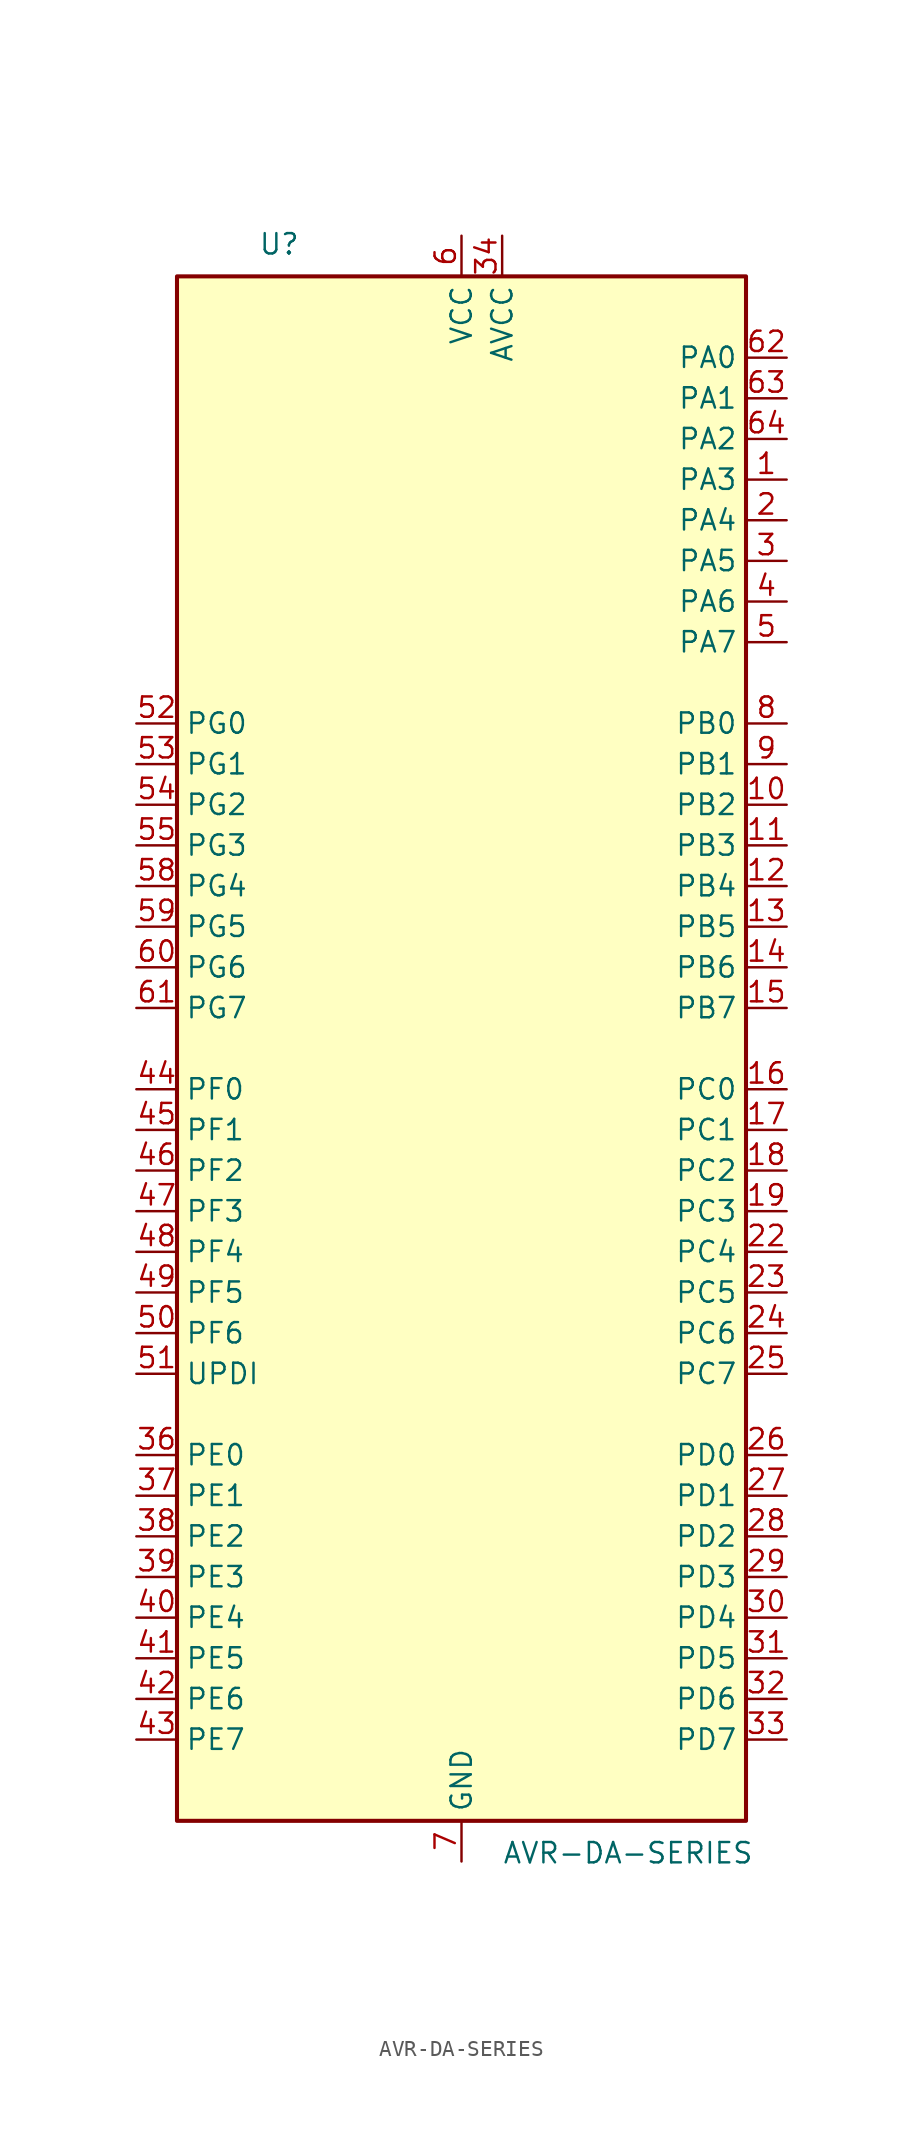
<source format=kicad_sym>
(kicad_symbol_lib
  (version 20211014)
  (generator kicad_symbol_editor)
  (symbol "AVR-DA-SERIES"
    (property "Reference" "U"
      (at -12.7 49.53 0)
      (effects (font (size 1.27 1.27)) (justify left bottom)))
    (property "Value" "AVR-DA-SERIES"
      (at 2.54 -49.53 0)
      (effects (font (size 1.27 1.27)) (justify left top)))
    (symbol "AVR-DA-SERIES_0_1"
      (rectangle (start -17.78 -48.26) (end 17.78 48.26) (stroke (width 0.254) (type default) (color 0 0 0 0)) (fill (type background))))
    (symbol "AVR-DA-SERIES_1_1"
      (pin bidirectional line (at 20.32 35.56 180) (length 2.54) (name "PA3" (effects (font (size 1.27 1.27)))) (number "1" (effects (font (size 1.27 1.27)))) (alternate "LUT0-OUT" output line) (alternate "TCA0-WO3" output line) (alternate "TCB1-WO" output line) (alternate "TWI0-SCL(MS)" bidirectional line) (alternate "USART0-XDIR" output line))
      (pin bidirectional line (at 20.32 15.24 180) (length 2.54) (name "PB2" (effects (font (size 1.27 1.27)))) (number "10" (effects (font (size 1.27 1.27)))) (alternate "EVOUTB" output line) (alternate "LUT4-IN2" input line) (alternate "TCA0-WO2(1)" output line) (alternate "TCA1-WO2" output line) (alternate "TWI1-SDA(MS)(0,2)" bidirectional line) (alternate "USART3-XCK" bidirectional line))
      (pin bidirectional line (at 20.32 12.7 180) (length 2.54) (name "PB3" (effects (font (size 1.27 1.27)))) (number "11" (effects (font (size 1.27 1.27)))) (alternate "LUT4-OUT" output line) (alternate "TCA0-WO3(1)" output line) (alternate "TCA1-WO3" output line) (alternate "USART1-SCL(MS)(0,2)" bidirectional line) (alternate "USART3-XDIR" output line))
      (pin bidirectional line (at 20.32 10.16 180) (length 2.54) (name "PB4" (effects (font (size 1.27 1.27)))) (number "12" (effects (font (size 1.27 1.27)))) (alternate "SPI1-MOSI(2)" bidirectional line) (alternate "TCA0-WO4(1)" output line) (alternate "TCA1-WO4" output line) (alternate "TCB2-WO(1)" output line) (alternate "TCD0-WOA(1)" output line) (alternate "USART3-TXD(1)" bidirectional line))
      (pin bidirectional line (at 20.32 7.62 180) (length 2.54) (name "PB5" (effects (font (size 1.27 1.27)))) (number "13" (effects (font (size 1.27 1.27)))) (alternate "SPI1-MISO(2)" bidirectional line) (alternate "TCA0-WO5(1)" output line) (alternate "TCA1-WO5" output line) (alternate "TCB3-WO" output line) (alternate "TCD0-WOB(1)" output line) (alternate "USART3-RXD(1)" input line))
      (pin bidirectional line (at 20.32 5.08 180) (length 2.54) (name "PB6" (effects (font (size 1.27 1.27)))) (number "14" (effects (font (size 1.27 1.27)))) (alternate "LUT4-OUT(1)" output line) (alternate "SPI1-SCK(2)" bidirectional line) (alternate "TCD0-WOC(1)" output line) (alternate "TWI1-SDA(S)(1,2)" input line) (alternate "USART3-XCK(1)" bidirectional line))
      (pin bidirectional line (at 20.32 2.54 180) (length 2.54) (name "PB7" (effects (font (size 1.27 1.27)))) (number "15" (effects (font (size 1.27 1.27)))) (alternate "EVOUTB(1)" output line) (alternate "SPI1-~{SS}(2)" bidirectional line) (alternate "TCD0-WOD(1)" output line) (alternate "TWI1-SCL(S)(1,2)" input line) (alternate "USART3-XDIR(1)" output line))
      (pin bidirectional line (at 20.32 -2.54 180) (length 2.54) (name "PC0" (effects (font (size 1.27 1.27)))) (number "16" (effects (font (size 1.27 1.27)))) (alternate "LUT1-IN0" input line) (alternate "SPI1-MOSI" bidirectional line) (alternate "TCA0-WO0(2)" output line) (alternate "TCB2-WO" output line) (alternate "USART1-TXD" bidirectional line))
      (pin bidirectional line (at 20.32 -5.08 180) (length 2.54) (name "PC1" (effects (font (size 1.27 1.27)))) (number "17" (effects (font (size 1.27 1.27)))) (alternate "LUT1-IN1" input line) (alternate "SPI1-MISO" bidirectional line) (alternate "TCA0-WO1(2)" output line) (alternate "TCB3-WO(1)" output line) (alternate "USART1-RXD" input line))
      (pin bidirectional line (at 20.32 -7.62 180) (length 2.54) (name "PC2" (effects (font (size 1.27 1.27)))) (number "18" (effects (font (size 1.27 1.27)))) (alternate "EVOUTC" output line) (alternate "LUT1-IN2" input line) (alternate "SPI1-SCK" bidirectional line) (alternate "TCA-WO2(2)" output line) (alternate "TWI0-SDA(MS+)(0,2)" bidirectional line) (alternate "USART1-XCK" bidirectional line))
      (pin bidirectional line (at 20.32 -10.16 180) (length 2.54) (name "PC3" (effects (font (size 1.27 1.27)))) (number "19" (effects (font (size 1.27 1.27)))) (alternate "LUT1-OUT" output line) (alternate "SPI1-~{SS}" bidirectional line) (alternate "TCA0-WO3(2)" output line) (alternate "TWI0-SCL(MS)(0,2" bidirectional line) (alternate "USART1-XDIR" output line))
      (pin bidirectional line (at 20.32 33.02 180) (length 2.54) (name "PA4" (effects (font (size 1.27 1.27)))) (number "2" (effects (font (size 1.27 1.27)))) (alternate "SPI0-MOSI" bidirectional line) (alternate "TCA0-WO4" output line) (alternate "TCD0-WOA" output line) (alternate "USART0-TXD(1)" bidirectional line))
      (pin power_in line (at 0 50.8 270) (length 2.54) hide (name "VCC" (effects (font (size 1.27 1.27)))) (number "20" (effects (font (size 1.27 1.27)))))
      (pin power_in line (at 0 -50.8 90) (length 2.54) hide (name "GND" (effects (font (size 1.27 1.27)))) (number "21" (effects (font (size 1.27 1.27)))))
      (pin bidirectional line (at 20.32 -12.7 180) (length 2.54) (name "PC4" (effects (font (size 1.27 1.27)))) (number "22" (effects (font (size 1.27 1.27)))) (alternate "SPI1-MOSI(1)" bidirectional line) (alternate "TCA0-WO4(2)" output line) (alternate "TCA1-WO0(1)" output line) (alternate "USART1-TXD(1)" bidirectional line))
      (pin bidirectional line (at 20.32 -15.24 180) (length 2.54) (name "PC5" (effects (font (size 1.27 1.27)))) (number "23" (effects (font (size 1.27 1.27)))) (alternate "SPI1-MISO(1)" bidirectional line) (alternate "TCA0-WO5(2)" output line) (alternate "TCA1-WO1(1)" output line) (alternate "USART1-RXD(1)" input line))
      (pin bidirectional line (at 20.32 -17.78 180) (length 2.54) (name "PC6" (effects (font (size 1.27 1.27)))) (number "24" (effects (font (size 1.27 1.27)))) (alternate "AC0-OUT(1)" output line) (alternate "AC1-OUT(1)" output line) (alternate "AC2-OUT(1)" output line) (alternate "LUT1-OUT(1)" output line) (alternate "SPI1-SCK(1)" bidirectional line) (alternate "TCA-WO2(2)" output line) (alternate "TWI0-SDA(S)(1,2)" bidirectional line) (alternate "USART1-XCK(1)" bidirectional line))
      (pin bidirectional line (at 20.32 -20.32 180) (length 2.54) (name "PC7" (effects (font (size 1.27 1.27)))) (number "25" (effects (font (size 1.27 1.27)))) (alternate "EVOUTC(1)" output line) (alternate "SPI1-~{SS}(1)" bidirectional line) (alternate "TWI0-SCL(S)(1,2)" bidirectional line) (alternate "USART1-XDIR(1)" output line) (alternate "ZCD0-OUT(1)" output line) (alternate "ZCD1-OUT(1)" output line) (alternate "ZCD2-OUT(1)" output line))
      (pin bidirectional line (at 20.32 -25.4 180) (length 2.54) (name "PD0" (effects (font (size 1.27 1.27)))) (number "26" (effects (font (size 1.27 1.27)))) (alternate "AC0-AINN1" input line) (alternate "AC1-AINN1" input line) (alternate "AC2-AINN1" input line) (alternate "ADC0-AIN0" input line) (alternate "LUT2-IN0" input line) (alternate "TC0-WO0(3)" output line))
      (pin bidirectional line (at 20.32 -27.94 180) (length 2.54) (name "PD1" (effects (font (size 1.27 1.27)))) (number "27" (effects (font (size 1.27 1.27)))) (alternate "ADC0-AIN1" input line) (alternate "LUT2-IN1" input line) (alternate "OP0-INP" input line) (alternate "TCA0-WO1(3)" output line) (alternate "ZCD0-ZCIN" input line))
      (pin bidirectional line (at 20.32 -30.48 180) (length 2.54) (name "PD2" (effects (font (size 1.27 1.27)))) (number "28" (effects (font (size 1.27 1.27)))) (alternate "AC0-AINP0" input line) (alternate "AC1-AINP0" input line) (alternate "AC2-AINP0" input line) (alternate "ADC0-AIN2" input line) (alternate "EVOUTD" output line) (alternate "LUT2-IN2" input line) (alternate "OP0-OUT" output line) (alternate "TCA0-WO2(3)" output line))
      (pin bidirectional line (at 20.32 -33.02 180) (length 2.54) (name "PD3" (effects (font (size 1.27 1.27)))) (number "29" (effects (font (size 1.27 1.27)))) (alternate "AC0-AINN0" input line) (alternate "AC1-AINP1" input line) (alternate "ADC0-AIN3" input line) (alternate "LUT2-OUT" output line) (alternate "OP0-INN" input line) (alternate "TCA0-WO3(3)" output line))
      (pin bidirectional line (at 20.32 30.48 180) (length 2.54) (name "PA5" (effects (font (size 1.27 1.27)))) (number "3" (effects (font (size 1.27 1.27)))) (alternate "SPI0-MISO" bidirectional line) (alternate "TCA0-WO5" output line) (alternate "TCD0-WOB" output line) (alternate "USART0-RXD(1)" input line))
      (pin bidirectional line (at 20.32 -35.56 180) (length 2.54) (name "PD4" (effects (font (size 1.27 1.27)))) (number "30" (effects (font (size 1.27 1.27)))) (alternate "AC1-AINP2" input line) (alternate "AC2-AINP1" input line) (alternate "ADC0-AIN4" input line) (alternate "OP1-INP" input line) (alternate "TCA0-WO4(3)" output line))
      (pin bidirectional line (at 20.32 -38.1 180) (length 2.54) (name "PD5" (effects (font (size 1.27 1.27)))) (number "31" (effects (font (size 1.27 1.27)))) (alternate "AC1-AINN0" input line) (alternate "ADC0-AIN5" input line) (alternate "OP1-OUT" output line) (alternate "TCA0-WO5(3)" output line))
      (pin bidirectional line (at 20.32 -40.64 180) (length 2.54) (name "PD6" (effects (font (size 1.27 1.27)))) (number "32" (effects (font (size 1.27 1.27)))) (alternate "AC0-AINP3" input line) (alternate "AC1-AINP3" input line) (alternate "AC2-AINP3" input line) (alternate "ADC0-AIN6" input line) (alternate "DAC0-OUT" output line) (alternate "LUT2-OUT(1)" output line))
      (pin bidirectional line (at 20.32 -43.18 180) (length 2.54) (name "PD7" (effects (font (size 1.27 1.27)))) (number "33" (effects (font (size 1.27 1.27)))) (alternate "AC0-AINN2" input line) (alternate "AC1-AINN2" input line) (alternate "AC2-AINN0/2" input line) (alternate "ADC0-AIN7" input line) (alternate "EVOUTD(1)" output line) (alternate "OP1-INN" input line) (alternate "VREFA" input line))
      (pin power_in line (at 2.54 50.8 270) (length 2.54) (name "AVCC" (effects (font (size 1.27 1.27)))) (number "34" (effects (font (size 1.27 1.27)))))
      (pin power_in line (at 0 -50.8 90) (length 2.54) hide (name "GND" (effects (font (size 1.27 1.27)))) (number "35" (effects (font (size 1.27 1.27)))))
      (pin bidirectional line (at -20.32 -25.4 0) (length 2.54) (name "PE0" (effects (font (size 1.27 1.27)))) (number "36" (effects (font (size 1.27 1.27)))) (alternate "AC0-AINP1" input line) (alternate "ADC0-AIN8" input line) (alternate "SPI0-MOSI(1)" bidirectional line) (alternate "TCA0-WO0(4)" output line) (alternate "USART4-TXD" output line))
      (pin bidirectional line (at -20.32 -27.94 0) (length 2.54) (name "PE1" (effects (font (size 1.27 1.27)))) (number "37" (effects (font (size 1.27 1.27)))) (alternate "AC2-AINP2" input line) (alternate "ADC-AIN9" input line) (alternate "OP2-INP" input line) (alternate "SPI0-MISO(1)" bidirectional line) (alternate "TCA0-WO1(4)" output line) (alternate "USART4-RXD" input line))
      (pin bidirectional line (at -20.32 -30.48 0) (length 2.54) (name "PE2" (effects (font (size 1.27 1.27)))) (number "38" (effects (font (size 1.27 1.27)))) (alternate "AC0-AINP2" input line) (alternate "ADC0-AIN10" input line) (alternate "EVOUTE" output line) (alternate "OP2-OUT" output line) (alternate "SPI0-SCK(1)" bidirectional line) (alternate "TCA0-WO2(4)" output line) (alternate "USART4-XCK" bidirectional line))
      (pin bidirectional line (at -20.32 -33.02 0) (length 2.54) (name "PE3" (effects (font (size 1.27 1.27)))) (number "39" (effects (font (size 1.27 1.27)))) (alternate "ADC0-AIN11" input line) (alternate "OP2-INN" input line) (alternate "SPI0-~{SS}(1)" bidirectional line) (alternate "TCA0-WO3(4)" output line) (alternate "USART4-XDIR" output line) (alternate "ZCD1-ZCIN" input line))
      (pin bidirectional line (at 20.32 27.94 180) (length 2.54) (name "PA6" (effects (font (size 1.27 1.27)))) (number "4" (effects (font (size 1.27 1.27)))) (alternate "LUT0-OUT(1)" output line) (alternate "SPI0-SCK" bidirectional line) (alternate "TCD0-WOC" output line) (alternate "USART0-XCK(1)" bidirectional line))
      (pin bidirectional line (at -20.32 -35.56 0) (length 2.54) (name "PE4" (effects (font (size 1.27 1.27)))) (number "40" (effects (font (size 1.27 1.27)))) (alternate "ADC0-AIN12" input line) (alternate "TCA0-WO4(4)" output line) (alternate "TCA1-WO0(2)" output line) (alternate "USART4-TXD(1)" bidirectional line))
      (pin bidirectional line (at -20.32 -38.1 0) (length 2.54) (name "PE5" (effects (font (size 1.27 1.27)))) (number "41" (effects (font (size 1.27 1.27)))) (alternate "ADC0-AIN13" input line) (alternate "TCA0-WO5(4)" output line) (alternate "TCA1-WO1(2)" output line) (alternate "USART4-RXD(1)" input line))
      (pin bidirectional line (at -20.32 -40.64 0) (length 2.54) (name "PE6" (effects (font (size 1.27 1.27)))) (number "42" (effects (font (size 1.27 1.27)))) (alternate "ADC0-AIN14" input line) (alternate "TCA1-WO2(2)" output line) (alternate "USART4-XCK(1)" bidirectional line))
      (pin bidirectional line (at -20.32 -43.18 0) (length 2.54) (name "PE7" (effects (font (size 1.27 1.27)))) (number "43" (effects (font (size 1.27 1.27)))) (alternate "ADC0-AIN15" input line) (alternate "EVOUTE(1)" output line) (alternate "USART4-XDIR(1)" output line) (alternate "ZCD2-ZCIN" input line))
      (pin bidirectional line (at -20.32 -2.54 0) (length 2.54) (name "PF0" (effects (font (size 1.27 1.27)))) (number "44" (effects (font (size 1.27 1.27)))) (alternate "ADC0-AIN16(P)" input line) (alternate "LUT3-IN0" input line) (alternate "TCA0-WO0(5)" output line) (alternate "TCD0-WOA(2)" output line) (alternate "USART2-TXD" bidirectional line) (alternate "XTAL32K1" passive line))
      (pin bidirectional line (at -20.32 -5.08 0) (length 2.54) (name "PF1" (effects (font (size 1.27 1.27)))) (number "45" (effects (font (size 1.27 1.27)))) (alternate "ADC0-AIN17(P)" input line) (alternate "LUT3-IN1" input line) (alternate "TCA0-WO1(5)" output line) (alternate "TCD0-WOB(2)" output line) (alternate "USART2-RXD" input line) (alternate "XTAL32K2" passive line))
      (pin bidirectional line (at -20.32 -7.62 0) (length 2.54) (name "PF2" (effects (font (size 1.27 1.27)))) (number "46" (effects (font (size 1.27 1.27)))) (alternate "ADC0-AIN18(P)" input line) (alternate "EVOUTF" output line) (alternate "LUT3-IN2" input line) (alternate "TCA0-WO2(5)" output line) (alternate "TCD0-WOC(2)" output line) (alternate "TWI1-SDA(MS+)" bidirectional line) (alternate "USART2-XCK" bidirectional line))
      (pin bidirectional line (at -20.32 -10.16 0) (length 2.54) (name "PF3" (effects (font (size 1.27 1.27)))) (number "47" (effects (font (size 1.27 1.27)))) (alternate "ADC0-AIN19(P)" input line) (alternate "LUT3-OUT" output line) (alternate "TCA0-WO3(5)" output line) (alternate "TCD0-WOD(2)" output line) (alternate "TWI1-SCL(MS+)" bidirectional line) (alternate "USART2-XDIR" output line))
      (pin bidirectional line (at -20.32 -12.7 0) (length 2.54) (name "PF4" (effects (font (size 1.27 1.27)))) (number "48" (effects (font (size 1.27 1.27)))) (alternate "ADC0-AIN20(P)" input line) (alternate "TCA0-WO4(5)" output line) (alternate "TCB0-WO(1)" output line) (alternate "USART2-TXD(1)" output line))
      (pin bidirectional line (at -20.32 -15.24 0) (length 2.54) (name "PF5" (effects (font (size 1.27 1.27)))) (number "49" (effects (font (size 1.27 1.27)))) (alternate "ADC0-AIN21(P)" input line) (alternate "TCA0-WO5(5)" output line) (alternate "TCB1-WO(1)" output line) (alternate "USART2-RXD(1)" input line))
      (pin bidirectional line (at 20.32 25.4 180) (length 2.54) (name "PA7" (effects (font (size 1.27 1.27)))) (number "5" (effects (font (size 1.27 1.27)))) (alternate "AC0-OUT" output line) (alternate "AC1-OUT" output line) (alternate "AC2-OUT" output line) (alternate "CLKOUT" output line) (alternate "EVOUTA(1)" output line) (alternate "SPI0-~{SS}" bidirectional line) (alternate "TCD0-WOD" output line) (alternate "USART0-XDIR(1)" output line) (alternate "ZCD0-OUT" output line) (alternate "ZCD1-OUT" output line) (alternate "ZDC2-OUT" output line))
      (pin input line (at -20.32 -17.78 0) (length 2.54) (name "PF6" (effects (font (size 1.27 1.27)))) (number "50" (effects (font (size 1.27 1.27)))) (alternate "~{RESET}" input line))
      (pin bidirectional line (at -20.32 -20.32 0) (length 2.54) (name "UPDI" (effects (font (size 1.27 1.27)))) (number "51" (effects (font (size 1.27 1.27)))))
      (pin bidirectional line (at -20.32 20.32 0) (length 2.54) (name "PG0" (effects (font (size 1.27 1.27)))) (number "52" (effects (font (size 1.27 1.27)))) (alternate "LUT5-IN0" input line) (alternate "TCA0-WO0(6)" output line) (alternate "TCA1-WO0(3)" output line) (alternate "USART5-TXD" bidirectional line))
      (pin bidirectional line (at -20.32 17.78 0) (length 2.54) (name "PG1" (effects (font (size 1.27 1.27)))) (number "53" (effects (font (size 1.27 1.27)))) (alternate "LUT5-IN1" input line) (alternate "TCA0-WO1(6)" output line) (alternate "TCA1-WO1(3)" output line) (alternate "USART5-RXD" input line))
      (pin bidirectional line (at -20.32 15.24 0) (length 2.54) (name "PG2" (effects (font (size 1.27 1.27)))) (number "54" (effects (font (size 1.27 1.27)))) (alternate "EVOUTG" output line) (alternate "LUT5-IN2" input line) (alternate "TCA0-WO2(6)" output line) (alternate "TCA1-WO2(3)" output line) (alternate "USART5-XCK" bidirectional line))
      (pin bidirectional line (at -20.32 12.7 0) (length 2.54) (name "PG3" (effects (font (size 1.27 1.27)))) (number "55" (effects (font (size 1.27 1.27)))) (alternate "LUT5-OUT" output line) (alternate "TCA0-WO3(6)" output line) (alternate "TCA1-WO3(3)" output line) (alternate "TCB4-WO" output line) (alternate "USART5-XDIR" output line))
      (pin power_in line (at 0 50.8 270) (length 2.54) hide (name "VCC" (effects (font (size 1.27 1.27)))) (number "56" (effects (font (size 1.27 1.27)))))
      (pin power_in line (at 0 -50.8 90) (length 2.54) hide (name "GND" (effects (font (size 1.27 1.27)))) (number "57" (effects (font (size 1.27 1.27)))))
      (pin bidirectional line (at -20.32 10.16 0) (length 2.54) (name "PG4" (effects (font (size 1.27 1.27)))) (number "58" (effects (font (size 1.27 1.27)))) (alternate "SPI0-MOSI(2)" bidirectional line) (alternate "TCA0-WO4(6)" output line) (alternate "TCA1-WO4(3)" output line) (alternate "TCD0-WOB(3)" output line) (alternate "USART5-TXD(1)" bidirectional line))
      (pin bidirectional line (at -20.32 7.62 0) (length 2.54) (name "PG5" (effects (font (size 1.27 1.27)))) (number "59" (effects (font (size 1.27 1.27)))) (alternate "SPI0-MISO(2)" bidirectional line) (alternate "TCA0-WO5(6)" output line) (alternate "TCA1-WO5(3)" output line) (alternate "TCD0-WOB(3)" output line) (alternate "USART5-RXD(1)" input line))
      (pin power_in line (at 0 50.8 270) (length 2.54) (name "VCC" (effects (font (size 1.27 1.27)))) (number "6" (effects (font (size 1.27 1.27)))))
      (pin bidirectional line (at -20.32 5.08 0) (length 2.54) (name "PG6" (effects (font (size 1.27 1.27)))) (number "60" (effects (font (size 1.27 1.27)))) (alternate "LUT5-OUT(1)" output line) (alternate "SPI0-SCK(2)" bidirectional line) (alternate "TCD0-WOC(3)" output line) (alternate "USART5-XCK(1)" bidirectional line))
      (pin bidirectional line (at -20.32 2.54 0) (length 2.54) (name "PG7" (effects (font (size 1.27 1.27)))) (number "61" (effects (font (size 1.27 1.27)))) (alternate "EVOUTG(1)" output line) (alternate "SPI0-~{SS}(2)" bidirectional line) (alternate "TCD-WOD(3)" output line) (alternate "USART5-XDIR(1)" output line))
      (pin bidirectional line (at 20.32 43.18 180) (length 2.54) (name "PA0" (effects (font (size 1.27 1.27)))) (number "62" (effects (font (size 1.27 1.27)))) (alternate "EXTCLK" input clock) (alternate "LUT0-IN0" input line) (alternate "TCA0-WO0" output line) (alternate "USART0-TXD" bidirectional line) (alternate "XTALHF1" passive line))
      (pin bidirectional line (at 20.32 40.64 180) (length 2.54) (name "PA1" (effects (font (size 1.27 1.27)))) (number "63" (effects (font (size 1.27 1.27)))) (alternate "LUT0-IN1" input line) (alternate "TCA0-WO1" output line) (alternate "USART0-RXD" input line) (alternate "XTALHF2" passive clock))
      (pin bidirectional line (at 20.32 38.1 180) (length 2.54) (name "PA2" (effects (font (size 1.27 1.27)))) (number "64" (effects (font (size 1.27 1.27)))) (alternate "EVOUTA" output line) (alternate "LUT0-IN2" input line) (alternate "TCA0-WO2" output line) (alternate "TCB0-WO" output line) (alternate "TWI0-SDA(MS)" bidirectional line) (alternate "USART0-XCK" bidirectional line))
      (pin power_in line (at 0 -50.8 90) (length 2.54) (name "GND" (effects (font (size 1.27 1.27)))) (number "7" (effects (font (size 1.27 1.27)))))
      (pin bidirectional line (at 20.32 20.32 180) (length 2.54) (name "PB0" (effects (font (size 1.27 1.27)))) (number "8" (effects (font (size 1.27 1.27)))) (alternate "LUT4-IN0" input line) (alternate "TCA0-WO0(1)" output line) (alternate "TCA1-WO0" output line) (alternate "UART3-TXD" bidirectional line))
      (pin bidirectional line (at 20.32 17.78 180) (length 2.54) (name "PB1" (effects (font (size 1.27 1.27)))) (number "9" (effects (font (size 1.27 1.27)))) (alternate "LUT4-IN1" input line) (alternate "TCA0-WO1(1)" output line) (alternate "TCA1-WO0" output line) (alternate "USART3-RXD" input line)))))
</source>
